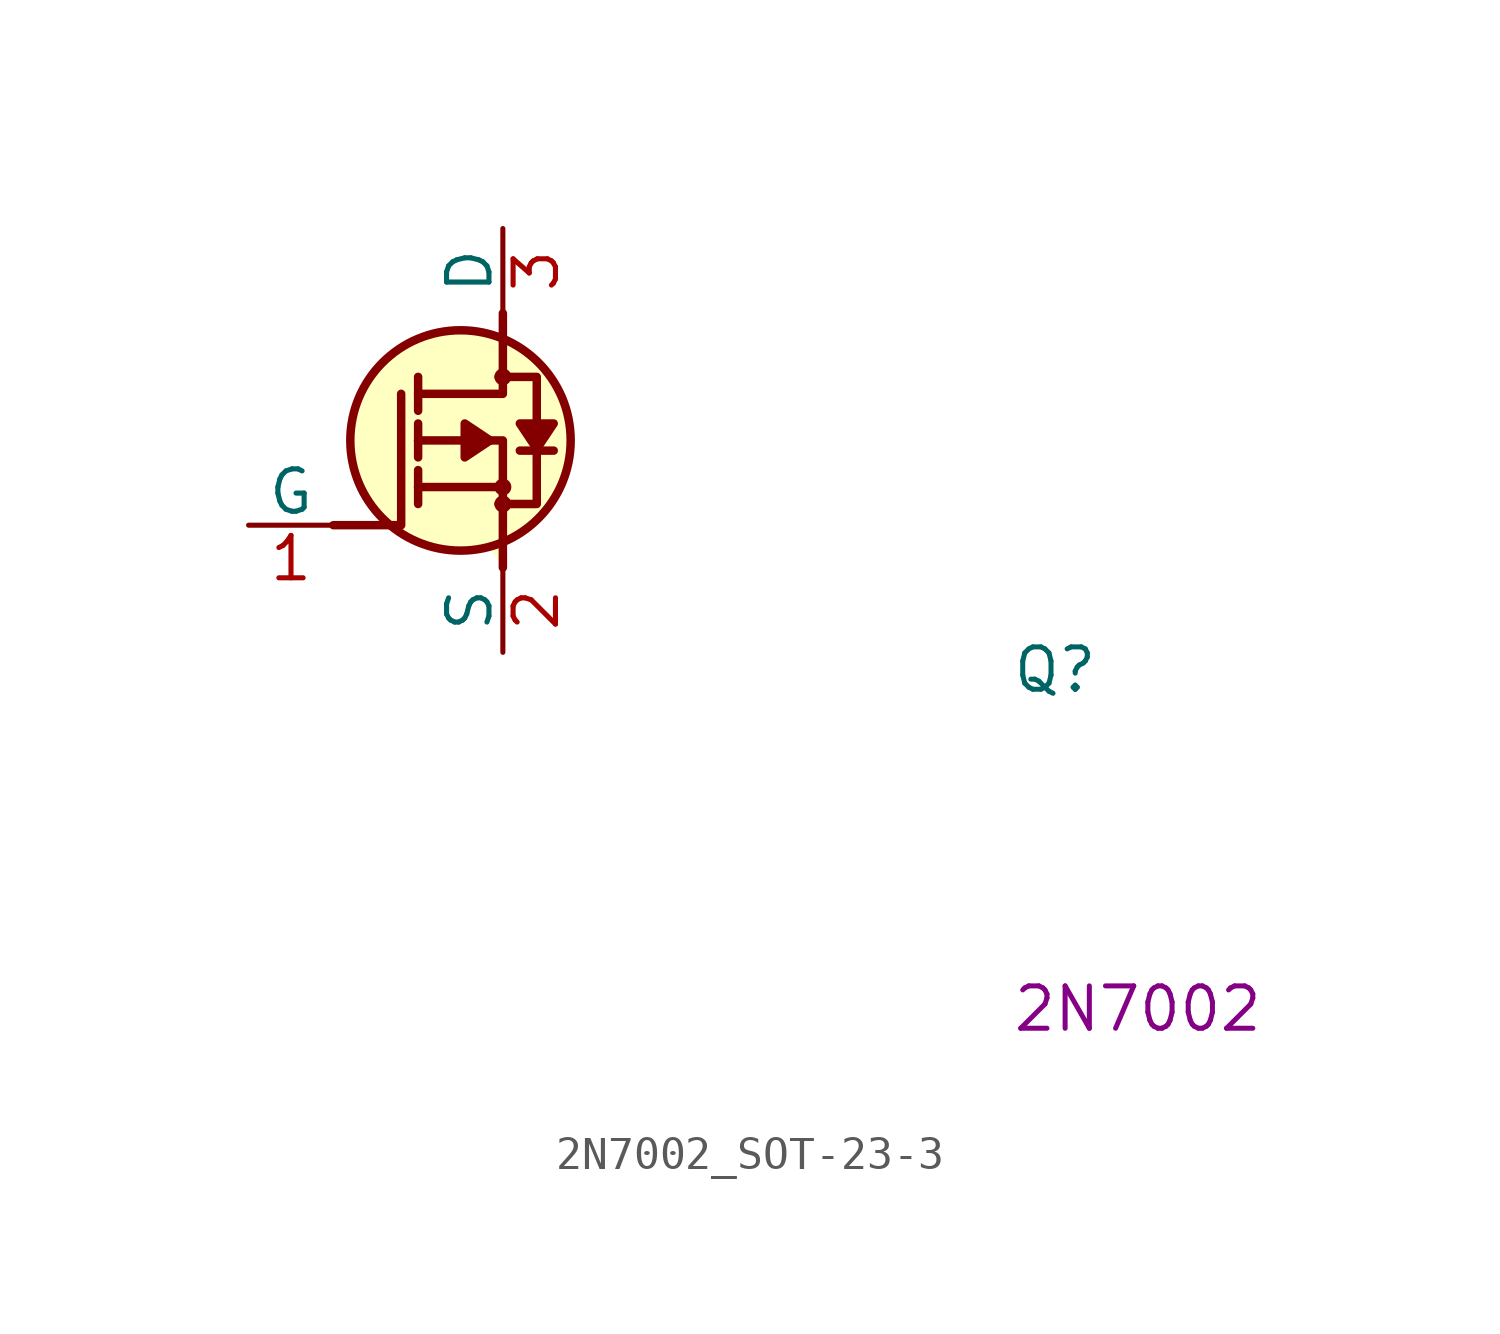
<source format=kicad_sym>
(kicad_symbol_lib
  (version 20220914)
  (generator kicad_symbol_editor)
  (symbol "2N7002_SOT-23-3"
    (pin_names
      (offset 0))
    (property "Reference" "Q"
      (at 22.86 -5.08 0)
      (effects (font (size 1.27 1.27) (thickness 0.15)) (justify left bottom)))
    (property "MPN" "2N7002"
      (at 22.86 -15.24 0)
      (effects (font (size 1.27 1.27) (thickness 0.15)) (justify left bottom)))
    (symbol "2N7002_SOT-23-3_1_1"
      (polyline (pts (xy 5.08 1.143) (xy 5.08 0.635)) (stroke (width 0.254) (type default)) (fill (type background)))
      (polyline (pts (xy 5.08 1.143) (xy 5.08 1.651)) (stroke (width 0.254) (type default)) (fill (type background)))
      (polyline (pts (xy 5.08 2.54) (xy 5.08 2.032)) (stroke (width 0.254) (type default)) (fill (type background)))
      (polyline (pts (xy 5.08 2.54) (xy 5.08 3.048)) (stroke (width 0.254) (type default)) (fill (type background)))
      (polyline (pts (xy 5.08 4.445) (xy 5.08 3.429)) (stroke (width 0.254) (type default)) (fill (type background)))
      (polyline (pts (xy 7.62 1.143) (xy 5.08 1.143)) (stroke (width 0.254) (type default)) (fill (type background)))
      (polyline (pts (xy 9.144 2.235) (xy 8.128 2.235)) (stroke (width 0.254) (type default)) (fill (type background)))
      (polyline (pts (xy 2.54 0) (xy 4.572 0) (xy 4.572 3.937)) (stroke (width 0.254) (type default)) (fill (type none)))
      (polyline (pts (xy 7.62 -1.27) (xy 7.62 2.54) (xy 5.08 2.54)) (stroke (width 0.254) (type default)) (fill (type background)))
      (polyline (pts (xy 7.62 6.35) (xy 7.62 3.937) (xy 5.08 3.937)) (stroke (width 0.254) (type default)) (fill (type none)))
      (polyline (pts (xy 7.239 2.54) (xy 6.477 3.048) (xy 6.477 2.032) (xy 7.239 2.54)) (stroke (width 0.254) (type default)) (fill (type outline)))
      (polyline (pts (xy 8.636 2.286) (xy 8.128 3.048) (xy 9.144 3.048) (xy 8.636 2.286)) (stroke (width 0.254) (type default)) (fill (type outline)))
      (polyline (pts (xy 7.493 0.635) (xy 8.636 0.635) (xy 8.636 3.937) (xy 8.636 4.445) (xy 7.493 4.445)) (stroke (width 0.254) (type default)) (fill (type background)))
      (circle (center 6.35 2.54) (radius 3.302) (stroke (width 0.254) (type default)) (fill (type background)))
      (circle (center 7.62 0.635) (radius 0.127) (stroke (width 0.254) (type default)) (fill (type background)))
      (circle (center 7.62 1.143) (radius 0.127) (stroke (width 0.254) (type default)) (fill (type background)))
      (circle (center 7.62 4.445) (radius 0.127) (stroke (width 0.254) (type default)) (fill (type background)))
      (pin passive line (at 0 0 0) (length 2.54) (name "G" (effects (font (size 1.27 1.27)))) (number "1" (effects (font (size 1.27 1.27)))))
      (pin passive line (at 7.62 -3.81 90) (length 2.54) (name "S" (effects (font (size 1.27 1.27)))) (number "2" (effects (font (size 1.27 1.27)))))
      (pin passive line (at 7.62 8.89 270) (length 2.54) (name "D" (effects (font (size 1.27 1.27)))) (number "3" (effects (font (size 1.27 1.27))))))))
</source>
